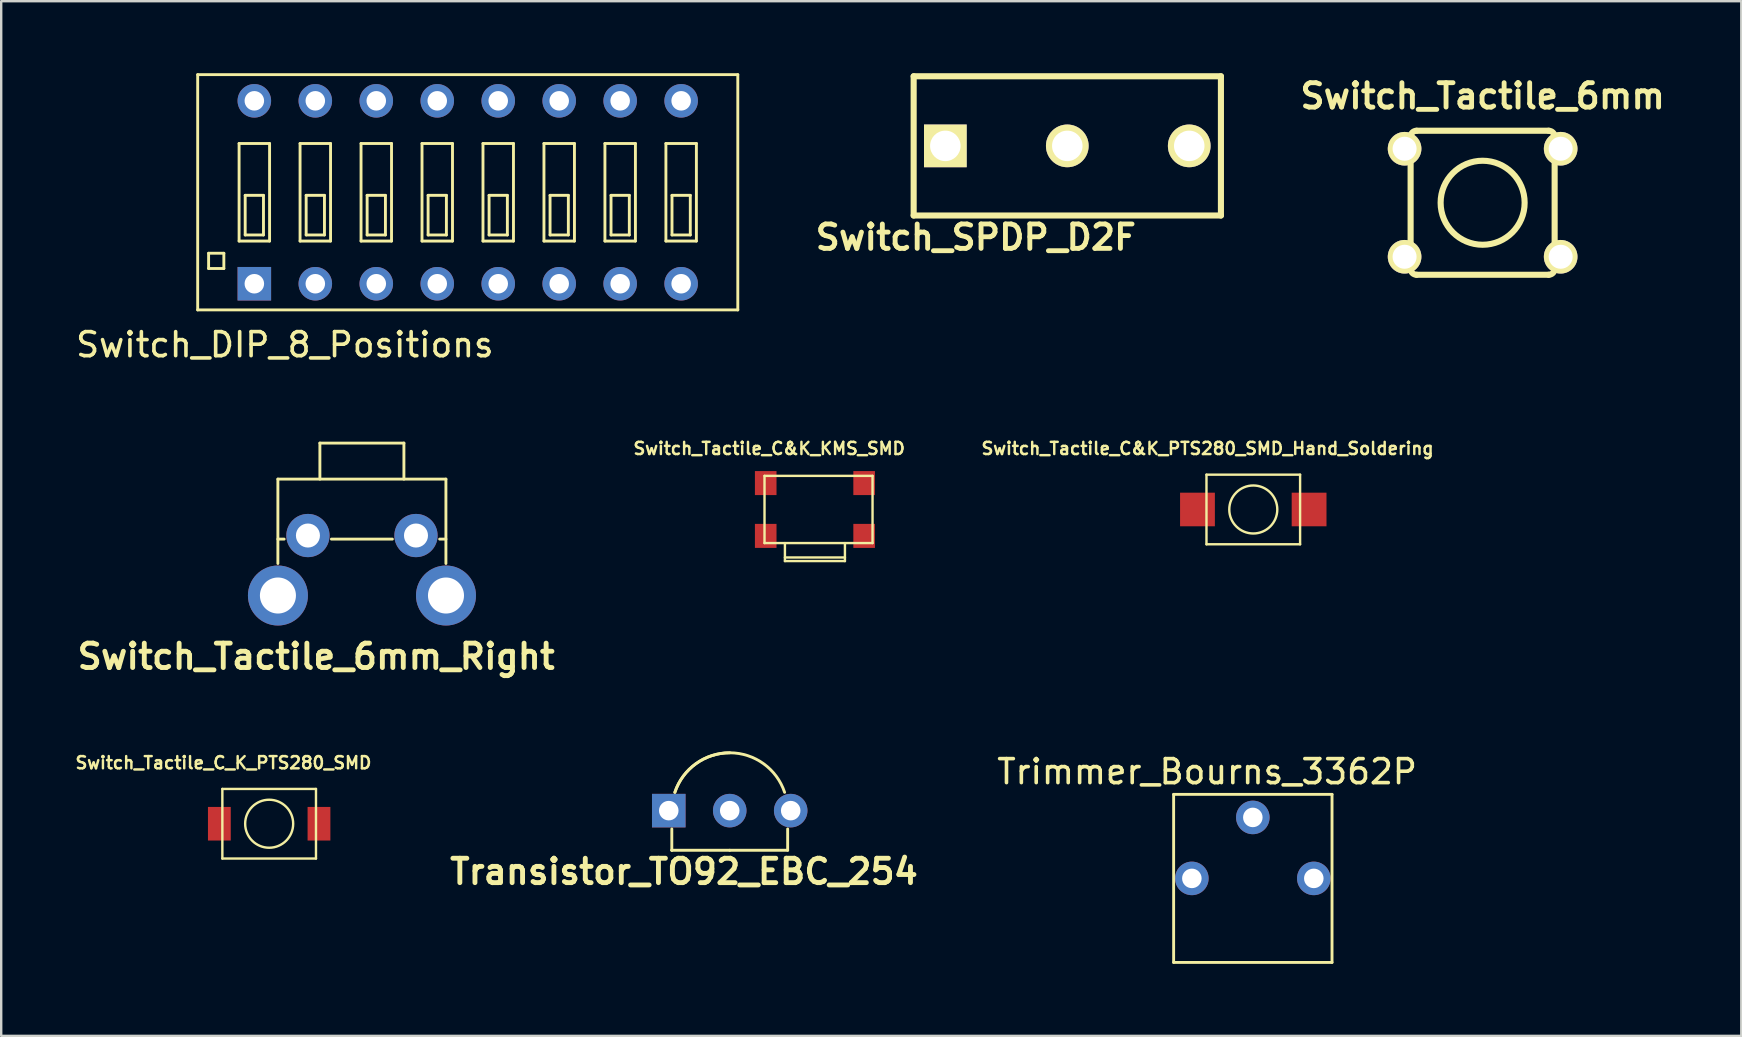
<source format=kicad_pcb>
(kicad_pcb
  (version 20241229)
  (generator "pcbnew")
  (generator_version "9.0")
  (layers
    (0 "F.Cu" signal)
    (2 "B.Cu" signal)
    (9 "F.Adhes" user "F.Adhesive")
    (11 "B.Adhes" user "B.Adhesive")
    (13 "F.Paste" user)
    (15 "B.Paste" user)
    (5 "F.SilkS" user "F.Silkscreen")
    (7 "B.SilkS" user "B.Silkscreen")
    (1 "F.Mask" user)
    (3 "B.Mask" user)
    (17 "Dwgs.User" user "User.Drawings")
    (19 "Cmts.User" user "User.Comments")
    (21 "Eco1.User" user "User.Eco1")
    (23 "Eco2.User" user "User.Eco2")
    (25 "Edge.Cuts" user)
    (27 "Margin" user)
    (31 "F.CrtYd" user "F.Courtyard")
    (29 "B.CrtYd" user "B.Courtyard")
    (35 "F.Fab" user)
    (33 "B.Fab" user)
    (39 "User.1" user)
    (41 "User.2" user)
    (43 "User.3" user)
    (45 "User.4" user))
  (footprint "Switch_Tactile_6mm_Right"
    (layer "F.Cu")
    (at 12.026 15.408)
    (property "Reference" "Switch_Tactile_6mm_Right" (at -1.905 8.89 0) (layer "F.SilkS") (effects (font (size 1.016 1.016) (thickness 0.203))))
    (attr through_hole)
    (fp_line (start -3.5 1.501) (end -3.5 5.016) (stroke (width 0.12) (type solid)) (layer "F.SilkS"))
    (fp_line (start -3.5 4) (end -3.239 4) (stroke (width 0.12) (type solid)) (layer "F.SilkS"))
    (fp_line (start -1.75 0) (end -1.75 1.501) (stroke (width 0.12) (type solid)) (layer "F.SilkS"))
    (fp_line (start -1.27 4) (end 1.27 4) (stroke (width 0.12) (type solid)) (layer "F.SilkS"))
    (fp_line (start 1.75 0) (end -1.75 0) (stroke (width 0.12) (type solid)) (layer "F.SilkS"))
    (fp_line (start 1.75 1.501) (end 1.75 0) (stroke (width 0.12) (type solid)) (layer "F.SilkS"))
    (fp_line (start 3.5 1.501) (end -3.5 1.501) (stroke (width 0.12) (type solid)) (layer "F.SilkS"))
    (fp_line (start 3.5 1.501) (end 3.5 5.016) (stroke (width 0.12) (type solid)) (layer "F.SilkS"))
    (fp_line (start 3.5 4) (end 3.239 4) (stroke (width 0.12) (type solid)) (layer "F.SilkS"))
    (pad "1" thru_hole circle (at 2.253 3.851 180) (size 1.801 1.801) (drill 1.001) (layers "*.Cu" "*.Mask"))
    (pad "2" thru_hole circle (at -2.248 3.851 180) (size 1.801 1.801) (drill 1.001) (layers "*.Cu" "*.Mask"))
    (pad "GND" thru_hole circle (at -3.498 6.35 180) (size 2.499 2.499) (drill 1.501) (layers "*.Cu" "*.Mask"))
    (pad "GND" thru_hole circle (at 3.503 6.35 180) (size 2.499 2.499) (drill 1.501) (layers "*.Cu" "*.Mask")))
  (footprint "Switch_Tactile_6mm"
    (layer "F.Cu")
    (at 58.713 5.396)
    (property "Reference" "Switch_Tactile_6mm" (at 0 -4.445 0) (layer "F.SilkS") (effects (font (size 1.016 1.016) (thickness 0.203))))
    (attr through_hole)
    (fp_line (start -3 2.751) (end -3 -2.751) (stroke (width 0.254) (type solid)) (layer "F.SilkS"))
    (fp_line (start -2.751 -3) (end 2.751 -3) (stroke (width 0.254) (type solid)) (layer "F.SilkS"))
    (fp_line (start 2.751 3) (end -2.751 3) (stroke (width 0.254) (type solid)) (layer "F.SilkS"))
    (fp_line (start 3 -2.751) (end 3 2.751) (stroke (width 0.254) (type solid)) (layer "F.SilkS"))
    (fp_arc (start -2.99974 -2.75082) (mid -2.926833 -2.926833) (end -2.75082 -2.99974) (stroke (width 0.254) (type solid)) (layer "F.SilkS"))
    (fp_arc (start -2.75082 2.99974) (mid -2.926833 2.926833) (end -2.99974 2.75082) (stroke (width 0.254) (type solid)) (layer "F.SilkS"))
    (fp_arc (start 2.75082 -2.99974) (mid 2.926833 -2.926833) (end 2.99974 -2.75082) (stroke (width 0.254) (type solid)) (layer "F.SilkS"))
    (fp_arc (start 2.99974 2.75082) (mid 2.926833 2.926833) (end 2.75082 2.99974) (stroke (width 0.254) (type solid)) (layer "F.SilkS"))
    (fp_circle (center 0 0) (end 0 -1.75) (stroke (width 0.254) (type solid)) (fill no) (layer "F.SilkS"))
    (pad "1" thru_hole circle (at -3.251 -2.25) (size 1.4 1.4) (drill 1.001) (layers "*.Cu" "*.Mask" "F.SilkS"))
    (pad "1" thru_hole circle (at 3.251 -2.25) (size 1.4 1.4) (drill 1.001) (layers "*.Cu" "*.Mask" "F.SilkS"))
    (pad "2" thru_hole circle (at -3.251 2.25) (size 1.4 1.4) (drill 1.001) (layers "*.Cu" "*.Mask" "F.SilkS"))
    (pad "2" thru_hole circle (at 3.251 2.25) (size 1.4 1.4) (drill 1.001) (layers "*.Cu" "*.Mask" "F.SilkS")))
  (footprint "Switch_DIP_8_Positions"
    (layer "F.Cu")
    (at 16.435 4.96)
    (property "Reference" "Switch_DIP_8_Positions" (at -7.62 6.35 0) (layer "F.SilkS") (effects (font (size 1 1) (thickness 0.15))))
    (attr through_hole)
    (fp_line (start -11.25 -4.9) (end 11.25 -4.9) (stroke (width 0.12) (type solid)) (layer "F.SilkS"))
    (fp_line (start -11.25 4.9) (end -11.25 -4.9) (stroke (width 0.12) (type solid)) (layer "F.SilkS"))
    (fp_line (start -10.795 2.54) (end -10.16 2.54) (stroke (width 0.12) (type solid)) (layer "F.SilkS"))
    (fp_line (start -10.795 3.175) (end -10.795 2.54) (stroke (width 0.12) (type solid)) (layer "F.SilkS"))
    (fp_line (start -10.16 2.54) (end -10.16 3.175) (stroke (width 0.12) (type solid)) (layer "F.SilkS"))
    (fp_line (start -10.16 3.175) (end -10.795 3.175) (stroke (width 0.12) (type solid)) (layer "F.SilkS"))
    (fp_line (start -9.525 -2.032) (end -8.255 -2.032) (stroke (width 0.12) (type solid)) (layer "F.SilkS"))
    (fp_line (start -9.525 2.032) (end -9.525 -2.032) (stroke (width 0.12) (type solid)) (layer "F.SilkS"))
    (fp_line (start -9.271 0.127) (end -9.271 1.778) (stroke (width 0.12) (type solid)) (layer "F.SilkS"))
    (fp_line (start -9.271 1.778) (end -8.509 1.778) (stroke (width 0.12) (type solid)) (layer "F.SilkS"))
    (fp_line (start -8.509 0.127) (end -9.271 0.127) (stroke (width 0.12) (type solid)) (layer "F.SilkS"))
    (fp_line (start -8.509 1.778) (end -8.509 0.127) (stroke (width 0.12) (type solid)) (layer "F.SilkS"))
    (fp_line (start -8.255 -2.032) (end -8.255 2.032) (stroke (width 0.12) (type solid)) (layer "F.SilkS"))
    (fp_line (start -8.255 2.032) (end -9.525 2.032) (stroke (width 0.12) (type solid)) (layer "F.SilkS"))
    (fp_line (start -6.985 -2.032) (end -5.715 -2.032) (stroke (width 0.12) (type solid)) (layer "F.SilkS"))
    (fp_line (start -6.985 2.032) (end -6.985 -2.032) (stroke (width 0.12) (type solid)) (layer "F.SilkS"))
    (fp_line (start -6.731 0.127) (end -6.731 1.778) (stroke (width 0.12) (type solid)) (layer "F.SilkS"))
    (fp_line (start -6.731 1.778) (end -5.969 1.778) (stroke (width 0.12) (type solid)) (layer "F.SilkS"))
    (fp_line (start -5.969 0.127) (end -6.731 0.127) (stroke (width 0.12) (type solid)) (layer "F.SilkS"))
    (fp_line (start -5.969 1.778) (end -5.969 0.127) (stroke (width 0.12) (type solid)) (layer "F.SilkS"))
    (fp_line (start -5.715 -2.032) (end -5.715 2.032) (stroke (width 0.12) (type solid)) (layer "F.SilkS"))
    (fp_line (start -5.715 2.032) (end -6.985 2.032) (stroke (width 0.12) (type solid)) (layer "F.SilkS"))
    (fp_line (start -4.445 -2.032) (end -3.175 -2.032) (stroke (width 0.12) (type solid)) (layer "F.SilkS"))
    (fp_line (start -4.445 2.032) (end -4.445 -2.032) (stroke (width 0.12) (type solid)) (layer "F.SilkS"))
    (fp_line (start -4.191 0.127) (end -4.191 1.778) (stroke (width 0.12) (type solid)) (layer "F.SilkS"))
    (fp_line (start -4.191 1.778) (end -3.429 1.778) (stroke (width 0.12) (type solid)) (layer "F.SilkS"))
    (fp_line (start -3.429 0.127) (end -4.191 0.127) (stroke (width 0.12) (type solid)) (layer "F.SilkS"))
    (fp_line (start -3.429 1.778) (end -3.429 0.127) (stroke (width 0.12) (type solid)) (layer "F.SilkS"))
    (fp_line (start -3.175 -2.032) (end -3.175 2.032) (stroke (width 0.12) (type solid)) (layer "F.SilkS"))
    (fp_line (start -3.175 2.032) (end -4.445 2.032) (stroke (width 0.12) (type solid)) (layer "F.SilkS"))
    (fp_line (start -1.905 -2.032) (end -0.635 -2.032) (stroke (width 0.12) (type solid)) (layer "F.SilkS"))
    (fp_line (start -1.905 2.032) (end -1.905 -2.032) (stroke (width 0.12) (type solid)) (layer "F.SilkS"))
    (fp_line (start -1.651 0.127) (end -1.651 1.778) (stroke (width 0.12) (type solid)) (layer "F.SilkS"))
    (fp_line (start -1.651 1.778) (end -0.889 1.778) (stroke (width 0.12) (type solid)) (layer "F.SilkS"))
    (fp_line (start -0.889 0.127) (end -1.651 0.127) (stroke (width 0.12) (type solid)) (layer "F.SilkS"))
    (fp_line (start -0.889 1.778) (end -0.889 0.127) (stroke (width 0.12) (type solid)) (layer "F.SilkS"))
    (fp_line (start -0.635 -2.032) (end -0.635 2.032) (stroke (width 0.12) (type solid)) (layer "F.SilkS"))
    (fp_line (start -0.635 2.032) (end -1.905 2.032) (stroke (width 0.12) (type solid)) (layer "F.SilkS"))
    (fp_line (start 0.635 -2.032) (end 1.905 -2.032) (stroke (width 0.12) (type solid)) (layer "F.SilkS"))
    (fp_line (start 0.635 2.032) (end 0.635 -2.032) (stroke (width 0.12) (type solid)) (layer "F.SilkS"))
    (fp_line (start 0.889 0.127) (end 0.889 1.778) (stroke (width 0.12) (type solid)) (layer "F.SilkS"))
    (fp_line (start 0.889 1.778) (end 1.651 1.778) (stroke (width 0.12) (type solid)) (layer "F.SilkS"))
    (fp_line (start 1.651 0.127) (end 0.889 0.127) (stroke (width 0.12) (type solid)) (layer "F.SilkS"))
    (fp_line (start 1.651 1.778) (end 1.651 0.127) (stroke (width 0.12) (type solid)) (layer "F.SilkS"))
    (fp_line (start 1.905 -2.032) (end 1.905 2.032) (stroke (width 0.12) (type solid)) (layer "F.SilkS"))
    (fp_line (start 1.905 2.032) (end 0.635 2.032) (stroke (width 0.12) (type solid)) (layer "F.SilkS"))
    (fp_line (start 3.175 -2.032) (end 4.445 -2.032) (stroke (width 0.12) (type solid)) (layer "F.SilkS"))
    (fp_line (start 3.175 2.032) (end 3.175 -2.032) (stroke (width 0.12) (type solid)) (layer "F.SilkS"))
    (fp_line (start 3.429 0.127) (end 3.429 1.778) (stroke (width 0.12) (type solid)) (layer "F.SilkS"))
    (fp_line (start 3.429 1.778) (end 4.191 1.778) (stroke (width 0.12) (type solid)) (layer "F.SilkS"))
    (fp_line (start 4.191 0.127) (end 3.429 0.127) (stroke (width 0.12) (type solid)) (layer "F.SilkS"))
    (fp_line (start 4.191 1.778) (end 4.191 0.127) (stroke (width 0.12) (type solid)) (layer "F.SilkS"))
    (fp_line (start 4.445 -2.032) (end 4.445 2.032) (stroke (width 0.12) (type solid)) (layer "F.SilkS"))
    (fp_line (start 4.445 2.032) (end 3.175 2.032) (stroke (width 0.12) (type solid)) (layer "F.SilkS"))
    (fp_line (start 5.715 -2.032) (end 6.985 -2.032) (stroke (width 0.12) (type solid)) (layer "F.SilkS"))
    (fp_line (start 5.715 2.032) (end 5.715 -2.032) (stroke (width 0.12) (type solid)) (layer "F.SilkS"))
    (fp_line (start 5.969 0.127) (end 5.969 1.778) (stroke (width 0.12) (type solid)) (layer "F.SilkS"))
    (fp_line (start 5.969 1.778) (end 6.731 1.778) (stroke (width 0.12) (type solid)) (layer "F.SilkS"))
    (fp_line (start 6.731 0.127) (end 5.969 0.127) (stroke (width 0.12) (type solid)) (layer "F.SilkS"))
    (fp_line (start 6.731 1.778) (end 6.731 0.127) (stroke (width 0.12) (type solid)) (layer "F.SilkS"))
    (fp_line (start 6.985 -2.032) (end 6.985 2.032) (stroke (width 0.12) (type solid)) (layer "F.SilkS"))
    (fp_line (start 6.985 2.032) (end 5.715 2.032) (stroke (width 0.12) (type solid)) (layer "F.SilkS"))
    (fp_line (start 8.255 -2.032) (end 9.525 -2.032) (stroke (width 0.12) (type solid)) (layer "F.SilkS"))
    (fp_line (start 8.255 2.032) (end 8.255 -2.032) (stroke (width 0.12) (type solid)) (layer "F.SilkS"))
    (fp_line (start 8.509 0.127) (end 8.509 1.778) (stroke (width 0.12) (type solid)) (layer "F.SilkS"))
    (fp_line (start 8.509 1.778) (end 9.271 1.778) (stroke (width 0.12) (type solid)) (layer "F.SilkS"))
    (fp_line (start 9.271 0.127) (end 8.509 0.127) (stroke (width 0.12) (type solid)) (layer "F.SilkS"))
    (fp_line (start 9.271 1.778) (end 9.271 0.127) (stroke (width 0.12) (type solid)) (layer "F.SilkS"))
    (fp_line (start 9.525 -2.032) (end 9.525 2.032) (stroke (width 0.12) (type solid)) (layer "F.SilkS"))
    (fp_line (start 9.525 2.032) (end 8.255 2.032) (stroke (width 0.12) (type solid)) (layer "F.SilkS"))
    (fp_line (start 11.25 -4.9) (end 11.25 4.9) (stroke (width 0.12) (type solid)) (layer "F.SilkS"))
    (fp_line (start 11.25 4.9) (end -11.25 4.9) (stroke (width 0.12) (type solid)) (layer "F.SilkS"))
    (pad "1" thru_hole rect (at -8.89 3.81) (size 1.397 1.397) (drill 0.813) (layers "*.Cu" "*.Mask"))
    (pad "2" thru_hole circle (at -6.35 3.81) (size 1.397 1.397) (drill 0.813) (layers "*.Cu" "*.Mask"))
    (pad "3" thru_hole circle (at -3.81 3.81) (size 1.397 1.397) (drill 0.813) (layers "*.Cu" "*.Mask"))
    (pad "4" thru_hole circle (at -1.27 3.81) (size 1.397 1.397) (drill 0.813) (layers "*.Cu" "*.Mask"))
    (pad "5" thru_hole circle (at 1.27 3.81) (size 1.397 1.397) (drill 0.813) (layers "*.Cu" "*.Mask"))
    (pad "6" thru_hole circle (at 3.81 3.81) (size 1.397 1.397) (drill 0.813) (layers "*.Cu" "*.Mask"))
    (pad "7" thru_hole circle (at 6.35 3.81) (size 1.397 1.397) (drill 0.813) (layers "*.Cu" "*.Mask"))
    (pad "8" thru_hole circle (at 8.89 3.81) (size 1.397 1.397) (drill 0.813) (layers "*.Cu" "*.Mask"))
    (pad "9" thru_hole circle (at 8.89 -3.81) (size 1.397 1.397) (drill 0.813) (layers "*.Cu" "*.Mask"))
    (pad "10" thru_hole circle (at 6.35 -3.81) (size 1.397 1.397) (drill 0.813) (layers "*.Cu" "*.Mask"))
    (pad "11" thru_hole circle (at 3.81 -3.81) (size 1.397 1.397) (drill 0.813) (layers "*.Cu" "*.Mask"))
    (pad "12" thru_hole circle (at 1.27 -3.81) (size 1.397 1.397) (drill 0.813) (layers "*.Cu" "*.Mask"))
    (pad "13" thru_hole circle (at -1.27 -3.81) (size 1.397 1.397) (drill 0.813) (layers "*.Cu" "*.Mask"))
    (pad "14" thru_hole circle (at -3.81 -3.81) (size 1.397 1.397) (drill 0.813) (layers "*.Cu" "*.Mask"))
    (pad "15" thru_hole circle (at -6.35 -3.81) (size 1.397 1.397) (drill 0.813) (layers "*.Cu" "*.Mask"))
    (pad "16" thru_hole circle (at -8.89 -3.81) (size 1.397 1.397) (drill 0.813) (layers "*.Cu" "*.Mask")))
  (footprint "Switch_Tactile_C&K_PTS280_SMD_Hand_Soldering"
    (layer "F.Cu")
    (at 49.159 18.174)
    (property "Reference" "Switch_Tactile_C&K_PTS280_SMD_Hand_Soldering" (at -1.905 -2.54 0) (layer "F.SilkS") (effects (font (size 0.508 0.508) (thickness 0.102))))
    (attr through_hole)
    (fp_line (start -1.95 -1.45) (end -1.95 1.45) (stroke (width 0.1) (type solid)) (layer "F.SilkS"))
    (fp_line (start -1.95 1.45) (end 1.95 1.45) (stroke (width 0.1) (type solid)) (layer "F.SilkS"))
    (fp_line (start 1.95 -1.45) (end -1.95 -1.45) (stroke (width 0.1) (type solid)) (layer "F.SilkS"))
    (fp_line (start 1.95 1.45) (end 1.95 -1.45) (stroke (width 0.1) (type solid)) (layer "F.SilkS"))
    (fp_circle (center 0 0) (end 0 -1) (stroke (width 0.1) (type solid)) (fill no) (layer "F.SilkS"))
    (pad "1" smd rect (at -2.325 0) (size 1.45 1.4) (layers "F.Cu" "F.Mask" "F.Paste"))
    (pad "2" smd rect (at 2.325 0) (size 1.45 1.4) (layers "F.Cu" "F.Mask" "F.Paste")))
  (footprint "Transistor_TO92_EBC_254"
    (layer "F.Cu")
    (at 27.349 30.719)
    (property "Reference" "Transistor_TO92_EBC_254" (at -1.905 2.54 0) (layer "F.SilkS") (effects (font (size 1.016 1.016) (thickness 0.203))))
    (attr through_hole)
    (fp_line (start -2.413 1.651) (end -2.413 0.762) (stroke (width 0.12) (type solid)) (layer "F.SilkS"))
    (fp_line (start -2.413 1.651) (end -2.413 1.651) (stroke (width 0.12) (type solid)) (layer "F.SilkS"))
    (fp_line (start -2.413 1.651) (end 2.413 1.651) (stroke (width 0.12) (type solid)) (layer "F.SilkS"))
    (fp_line (start 0 1.651) (end 0 1.651) (stroke (width 0.12) (type solid)) (layer "F.SilkS"))
    (fp_line (start 2.413 1.651) (end 2.413 0.762) (stroke (width 0.12) (type solid)) (layer "F.SilkS"))
    (fp_arc (start -2.285999 -0.762) (mid -1.40895 -1.954814) (end 0 -2.409655) (stroke (width 0.12) (type solid)) (layer "F.SilkS"))
    (fp_arc (start -2.285998 -0.762) (mid 0 -2.409654) (end 2.285999 -0.762) (stroke (width 0.12) (type solid)) (layer "F.SilkS"))
    (pad "1" thru_hole rect (at -2.54 0) (size 1.397 1.397) (drill 0.813) (layers "*.Cu" "*.Mask"))
    (pad "2" thru_hole circle (at 0 0) (size 1.397 1.397) (drill 0.813) (layers "*.Cu" "*.Mask"))
    (pad "3" thru_hole circle (at 2.54 0) (size 1.397 1.397) (drill 0.813) (layers "*.Cu" "*.Mask")))
  (footprint "Trimmer_Bourns_3362P"
    (layer "F.Cu")
    (at 49.14 33.542)
    (property "Reference" "Trimmer_Bourns_3362P" (at -1.905 -4.445 0) (layer "F.SilkS") (effects (font (size 1 1) (thickness 0.15))))
    (attr through_hole)
    (fp_line (start -3.299 -3.5) (end 3.299 -3.5) (stroke (width 0.12) (type solid)) (layer "F.SilkS"))
    (fp_line (start -3.299 3.5) (end -3.299 -3.5) (stroke (width 0.12) (type solid)) (layer "F.SilkS"))
    (fp_line (start 3.299 -3.5) (end 3.299 3.5) (stroke (width 0.12) (type solid)) (layer "F.SilkS"))
    (fp_line (start 3.299 3.5) (end -3.299 3.5) (stroke (width 0.12) (type solid)) (layer "F.SilkS"))
    (pad "1" thru_hole circle (at -2.54 0) (size 1.397 1.397) (drill 0.813) (layers "*.Cu" "*.Mask"))
    (pad "2" thru_hole circle (at 0 -2.54) (size 1.397 1.397) (drill 0.813) (layers "*.Cu" "*.Mask"))
    (pad "3" thru_hole circle (at 2.54 0) (size 1.397 1.397) (drill 0.813) (layers "*.Cu" "*.Mask")))
  (footprint "Switch_SPDP_D2F"
    (layer "F.Cu")
    (at 41.411 3.027)
    (property "Reference" "Switch_SPDP_D2F" (at -3.81 3.81 0) (layer "F.SilkS") (effects (font (size 1.016 1.016) (thickness 0.203))))
    (attr through_hole)
    (fp_line (start -6.4 -2.9) (end -6.4 2.9) (stroke (width 0.254) (type solid)) (layer "F.SilkS"))
    (fp_line (start -6.4 -2.9) (end 6.4 -2.9) (stroke (width 0.254) (type solid)) (layer "F.SilkS"))
    (fp_line (start -6.4 2.9) (end 6.4 2.9) (stroke (width 0.254) (type solid)) (layer "F.SilkS"))
    (fp_line (start 6.4 -2.9) (end 6.4 2.9) (stroke (width 0.254) (type solid)) (layer "F.SilkS"))
    (pad "1" thru_hole rect (at -5.08 0) (size 1.778 1.778) (drill 1.27) (layers "*.Cu" "*.Mask" "F.SilkS"))
    (pad "2" thru_hole circle (at 0 0) (size 1.778 1.778) (drill 1.27) (layers "*.Cu" "*.Mask" "F.SilkS"))
    (pad "3" thru_hole circle (at 5.08 0) (size 1.778 1.778) (drill 1.27) (layers "*.Cu" "*.Mask" "F.SilkS")))
  (footprint "Switch_Tactile_C_K_PTS280_SMD"
    (layer "F.Cu")
    (at 8.163 31.265)
    (property "Reference" "Switch_Tactile_C_K_PTS280_SMD" (at -1.905 -2.54 0) (layer "F.SilkS") (effects (font (size 0.508 0.508) (thickness 0.102))))
    (attr through_hole)
    (fp_line (start -1.95 -1.45) (end -1.95 1.45) (stroke (width 0.1) (type solid)) (layer "F.SilkS"))
    (fp_line (start -1.95 1.45) (end 1.95 1.45) (stroke (width 0.1) (type solid)) (layer "F.SilkS"))
    (fp_line (start 1.95 -1.45) (end -1.95 -1.45) (stroke (width 0.1) (type solid)) (layer "F.SilkS"))
    (fp_line (start 1.95 1.45) (end 1.95 -1.45) (stroke (width 0.1) (type solid)) (layer "F.SilkS"))
    (fp_circle (center 0 0) (end 0 -1) (stroke (width 0.1) (type solid)) (fill no) (layer "F.SilkS"))
    (pad "1" smd rect (at -2.075 0) (size 0.95 1.4) (layers "F.Cu" "F.Mask" "F.Paste"))
    (pad "2" smd rect (at 2.075 0) (size 0.95 1.4) (layers "F.Cu" "F.Mask" "F.Paste")))
  (footprint "Switch_Tactile_C&K_KMS_SMD"
    (layer "F.Cu")
    (at 30.898 18.174)
    (property "Reference" "Switch_Tactile_C&K_KMS_SMD" (at -1.905 -2.54 0) (layer "F.SilkS") (effects (font (size 0.508 0.508) (thickness 0.102))))
    (attr through_hole)
    (fp_line (start -2.1 -1.4) (end -2.1 1.4) (stroke (width 0.1) (type solid)) (layer "F.SilkS"))
    (fp_line (start -2.1 1.4) (end 2.4 1.4) (stroke (width 0.1) (type solid)) (layer "F.SilkS"))
    (fp_line (start -1.25 1.4) (end -1.25 2.15) (stroke (width 0.1) (type solid)) (layer "F.SilkS"))
    (fp_line (start -1.25 2) (end 1.25 2) (stroke (width 0.1) (type solid)) (layer "F.SilkS"))
    (fp_line (start -1.25 2.15) (end 1.25 2.15) (stroke (width 0.1) (type solid)) (layer "F.SilkS"))
    (fp_line (start 1.25 2.15) (end 1.25 1.4) (stroke (width 0.1) (type solid)) (layer "F.SilkS"))
    (fp_line (start 2.4 -1.4) (end -2.1 -1.4) (stroke (width 0.1) (type solid)) (layer "F.SilkS"))
    (fp_line (start 2.4 1.4) (end 2.4 -1.4) (stroke (width 0.1) (type solid)) (layer "F.SilkS"))
    (pad "1" smd rect (at -2.05 1.1) (size 0.9 1) (layers "F.Cu" "F.Mask" "F.Paste"))
    (pad "1" smd rect (at 2.05 1.1) (size 0.9 1) (layers "F.Cu" "F.Mask" "F.Paste"))
    (pad "2" smd rect (at -2.05 -1.1) (size 0.9 1) (layers "F.Cu" "F.Mask" "F.Paste"))
    (pad "2" smd rect (at 2.05 -1.1) (size 0.9 1) (layers "F.Cu" "F.Mask" "F.Paste")))
  (gr_rect
    (start -3 -3)
    (end 69.488 40.103)
    (stroke (width 0.1) (type default))
    (fill no)
    (layer "Edge.Cuts")))
</source>
